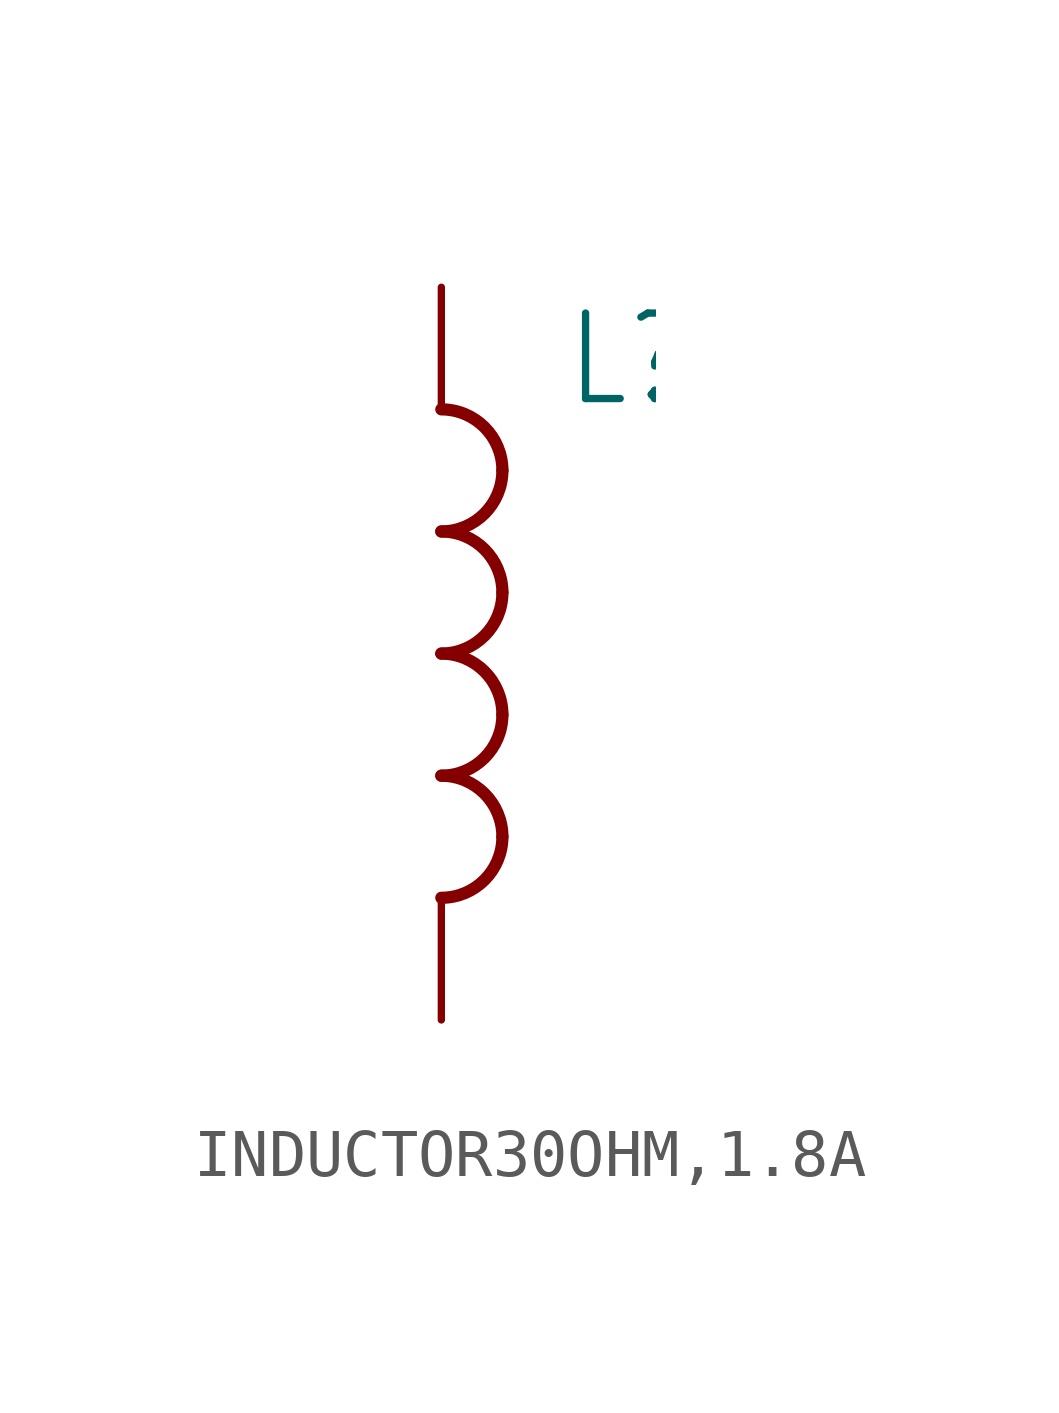
<source format=kicad_sym>
(kicad_symbol_lib
  (version 20220914)
  (generator kicad_symbol_editor)
  (symbol "INDUCTOR30OHM,1.8A"
    (property "Reference" "L"
      (at 2.54 5.08 0)
      (effects (font (size 1.778 1.511)) (justify left bottom)))
    (property "Value" ""
      (at 2.54 -5.08 0)
      (effects (font (size 1.778 1.511)) (justify left bottom)))
    (property "ki_locked" ""
      (at 0 0 0)
      (effects (font (size 1.27 1.27))))
    (symbol "INDUCTOR30OHM,1.8A_1_0"
      (arc (start 0 -5.08) (mid 0.898 -4.708) (end 1.27 -3.81) (stroke (width 0.254) (type solid)) (fill (type none)))
      (arc (start 0 -2.54) (mid 0.898 -2.168) (end 1.27 -1.27) (stroke (width 0.254) (type solid)) (fill (type none)))
      (arc (start 0 0) (mid 0.898 0.372) (end 1.27 1.27) (stroke (width 0.254) (type solid)) (fill (type none)))
      (arc (start 0 2.54) (mid 0.898 2.912) (end 1.27 3.81) (stroke (width 0.254) (type solid)) (fill (type none)))
      (arc (start 1.27 -3.81) (mid 0.898 -2.912) (end 0 -2.54) (stroke (width 0.254) (type solid)) (fill (type none)))
      (arc (start 1.27 -1.27) (mid 0.898 -0.372) (end 0 0) (stroke (width 0.254) (type solid)) (fill (type none)))
      (arc (start 1.27 1.27) (mid 0.898 2.168) (end 0 2.54) (stroke (width 0.254) (type solid)) (fill (type none)))
      (arc (start 1.27 3.81) (mid 0.898 4.708) (end 0 5.08) (stroke (width 0.254) (type solid)) (fill (type none)))
      (pin passive line (at 0 7.62 270) (length 2.54) (name "1" (effects (font (size 0 0)))) (number "1" (effects (font (size 0 0)))))
      (pin passive line (at 0 -7.62 90) (length 2.54) (name "2" (effects (font (size 0 0)))) (number "2" (effects (font (size 0 0))))))))
</source>
